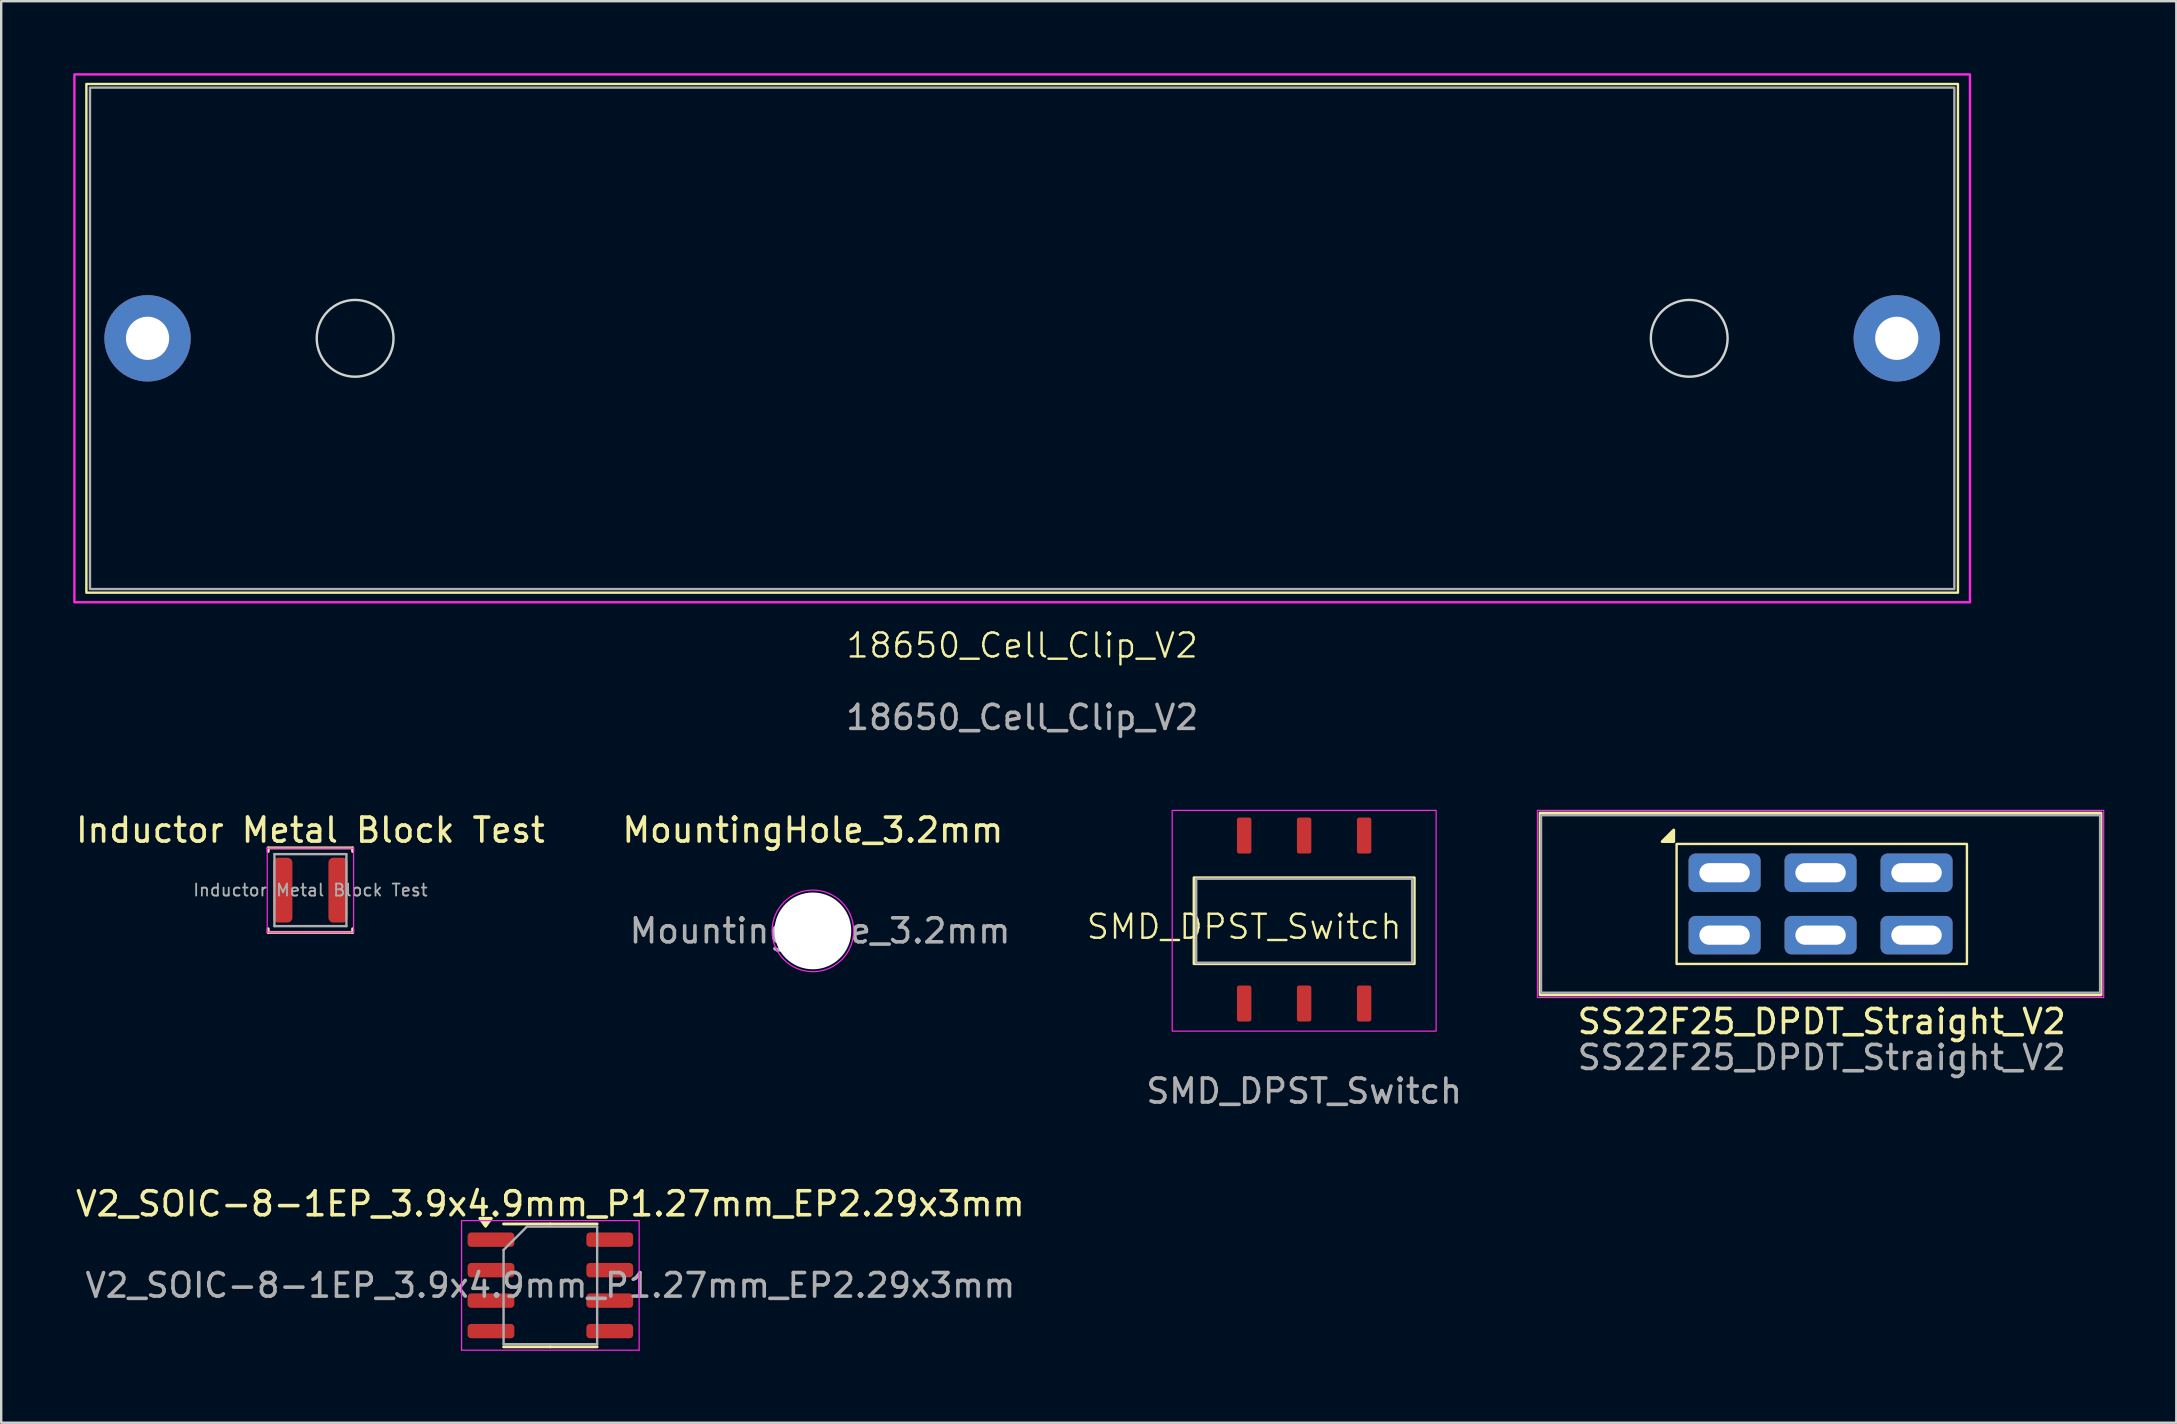
<source format=kicad_pcb>
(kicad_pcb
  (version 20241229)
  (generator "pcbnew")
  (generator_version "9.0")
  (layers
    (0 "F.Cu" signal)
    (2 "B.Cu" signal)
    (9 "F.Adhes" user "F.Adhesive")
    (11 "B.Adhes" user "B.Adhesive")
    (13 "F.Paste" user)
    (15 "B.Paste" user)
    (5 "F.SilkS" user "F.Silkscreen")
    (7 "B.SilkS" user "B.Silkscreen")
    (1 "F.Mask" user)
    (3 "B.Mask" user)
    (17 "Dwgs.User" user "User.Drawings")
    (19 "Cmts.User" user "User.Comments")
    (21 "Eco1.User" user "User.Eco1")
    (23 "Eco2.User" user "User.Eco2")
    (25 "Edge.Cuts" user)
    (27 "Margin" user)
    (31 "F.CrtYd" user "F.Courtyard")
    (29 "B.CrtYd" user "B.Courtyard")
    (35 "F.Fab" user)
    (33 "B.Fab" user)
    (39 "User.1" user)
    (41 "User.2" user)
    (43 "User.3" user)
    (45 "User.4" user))
  (footprint "Inductor Metal Block Test"
    (layer "F.Cu")
    (at 9.887 34.047)
    (property "Reference" "Inductor Metal Block Test" (at 0 -2.5 0) (layer "F.SilkS") (effects (font (size 1 1) (thickness 0.15))))
    (attr smd)
    (fp_line (start -1.76 -1.76) (end -1.76 -1.61) (stroke (width 0.12) (type solid)) (layer "F.SilkS"))
    (fp_line (start -1.76 -1.76) (end 1.76 -1.76) (stroke (width 0.12) (type solid)) (layer "F.SilkS"))
    (fp_line (start -1.76 1.76) (end -1.76 1.61) (stroke (width 0.12) (type solid)) (layer "F.SilkS"))
    (fp_line (start -1.76 1.76) (end 1.76 1.76) (stroke (width 0.12) (type solid)) (layer "F.SilkS"))
    (fp_line (start 1.76 -1.76) (end 1.76 -1.61) (stroke (width 0.12) (type solid)) (layer "F.SilkS"))
    (fp_line (start 1.76 1.76) (end 1.76 1.61) (stroke (width 0.12) (type solid)) (layer "F.SilkS"))
    (fp_line (start -1.8 -1.75) (end -1.8 1.75) (stroke (width 0.05) (type solid)) (layer "F.CrtYd"))
    (fp_line (start -1.8 1.75) (end 1.8 1.75) (stroke (width 0.05) (type solid)) (layer "F.CrtYd"))
    (fp_line (start 1.8 -1.75) (end -1.8 -1.75) (stroke (width 0.05) (type solid)) (layer "F.CrtYd"))
    (fp_line (start 1.8 1.75) (end 1.8 -1.75) (stroke (width 0.05) (type solid)) (layer "F.CrtYd"))
    (fp_line (start -1.5 -1.5) (end -1.5 1.5) (stroke (width 0.1) (type solid)) (layer "F.Fab"))
    (fp_line (start -1.5 1.5) (end 1.5 1.5) (stroke (width 0.1) (type solid)) (layer "F.Fab"))
    (fp_line (start 1.5 -1.5) (end -1.5 -1.5) (stroke (width 0.1) (type solid)) (layer "F.Fab"))
    (fp_line (start 1.5 1.5) (end 1.5 -1.5) (stroke (width 0.1) (type solid)) (layer "F.Fab"))
    (fp_text user "${REFERENCE}" (at 0 0 0) (layer "F.Fab") (effects (font (size 0.5 0.5) (thickness 0.075))))
    (pad "1" smd roundrect (at -1.15 0) (size 0.8 2.7) (layers "F.Cu" "F.Mask" "F.Paste") (roundrect_rratio 0.25))
    (pad "2" smd roundrect (at 1.15 0) (size 0.8 2.7) (layers "F.Cu" "F.Mask" "F.Paste") (roundrect_rratio 0.25)))
  (footprint "V2_SOIC-8-1EP_3.9x4.9mm_P1.27mm_EP2.29x3mm"
    (layer "F.Cu")
    (at 19.887 50.52)
    (property "Reference" "V2_SOIC-8-1EP_3.9x4.9mm_P1.27mm_EP2.29x3mm" (at 0 -3.4 0) (layer "F.SilkS") (effects (font (size 1 1) (thickness 0.15))))
    (attr smd)
    (fp_line (start 0 -2.56) (end -1.95 -2.56) (stroke (width 0.12) (type solid)) (layer "F.SilkS"))
    (fp_line (start 0 -2.56) (end 1.95 -2.56) (stroke (width 0.12) (type solid)) (layer "F.SilkS"))
    (fp_line (start 0 2.56) (end -1.95 2.56) (stroke (width 0.12) (type solid)) (layer "F.SilkS"))
    (fp_line (start 0 2.56) (end 1.95 2.56) (stroke (width 0.12) (type solid)) (layer "F.SilkS"))
    (fp_poly (pts (xy -2.7 -2.465) (xy -2.94 -2.795) (xy -2.46 -2.795) (xy -2.7 -2.465)) (stroke (width 0.12) (type solid)) (fill yes) (layer "F.SilkS"))
    (fp_line (start -3.7 -2.7) (end -3.7 2.7) (stroke (width 0.05) (type solid)) (layer "F.CrtYd"))
    (fp_line (start -3.7 2.7) (end 3.7 2.7) (stroke (width 0.05) (type solid)) (layer "F.CrtYd"))
    (fp_line (start 3.7 -2.7) (end -3.7 -2.7) (stroke (width 0.05) (type solid)) (layer "F.CrtYd"))
    (fp_line (start 3.7 2.7) (end 3.7 -2.7) (stroke (width 0.05) (type solid)) (layer "F.CrtYd"))
    (fp_line (start -1.95 -1.475) (end -0.975 -2.45) (stroke (width 0.1) (type solid)) (layer "F.Fab"))
    (fp_line (start -1.95 2.45) (end -1.95 -1.475) (stroke (width 0.1) (type solid)) (layer "F.Fab"))
    (fp_line (start -0.975 -2.45) (end 1.95 -2.45) (stroke (width 0.1) (type solid)) (layer "F.Fab"))
    (fp_line (start 1.95 -2.45) (end 1.95 2.45) (stroke (width 0.1) (type solid)) (layer "F.Fab"))
    (fp_line (start 1.95 2.45) (end -1.95 2.45) (stroke (width 0.1) (type solid)) (layer "F.Fab"))
    (fp_text user "${REFERENCE}" (at 0 0 0) (layer "F.Fab") (effects (font (size 0.98 0.98) (thickness 0.15))))
    (pad "1" smd roundrect (at -2.475 -1.905) (size 1.95 0.6) (layers "F.Cu" "F.Mask" "F.Paste") (roundrect_rratio 0.25))
    (pad "2" smd roundrect (at -2.475 -0.635) (size 1.95 0.6) (layers "F.Cu" "F.Mask" "F.Paste") (roundrect_rratio 0.25))
    (pad "3" smd roundrect (at -2.475 0.635) (size 1.95 0.6) (layers "F.Cu" "F.Mask" "F.Paste") (roundrect_rratio 0.25))
    (pad "4" smd roundrect (at -2.475 1.905) (size 1.95 0.6) (layers "F.Cu" "F.Mask" "F.Paste") (roundrect_rratio 0.25))
    (pad "5" smd roundrect (at 2.475 1.905) (size 1.95 0.6) (layers "F.Cu" "F.Mask" "F.Paste") (roundrect_rratio 0.25))
    (pad "6" smd roundrect (at 2.475 0.635) (size 1.95 0.6) (layers "F.Cu" "F.Mask" "F.Paste") (roundrect_rratio 0.25))
    (pad "7" smd roundrect (at 2.475 -0.635) (size 1.95 0.6) (layers "F.Cu" "F.Mask" "F.Paste") (roundrect_rratio 0.25))
    (pad "8" smd roundrect (at 2.475 -1.905) (size 1.95 0.6) (layers "F.Cu" "F.Mask" "F.Paste") (roundrect_rratio 0.25)))
  (footprint "SMD_DPST_Switch"
    (layer "F.Cu")
    (at 51.302 35.323)
    (property "Reference" "SMD_DPST_Switch" (at -2.5 0.25 0) (unlocked yes) (layer "F.SilkS") (effects (font (size 1 1) (thickness 0.1))))
    (attr smd)
    (fp_rect (start -4.6 -1.8) (end 4.6 1.8) (stroke (width 0.1) (type default)) (fill no) (layer "F.SilkS"))
    (fp_rect (start -5.5 -4.6) (end 5.5 4.6) (stroke (width 0.05) (type solid)) (fill no) (layer "F.CrtYd"))
    (fp_rect (start -4.5 -1.75) (end 4.5 1.75) (stroke (width 0.1) (type solid)) (fill no) (layer "F.Fab"))
    (fp_text user "${REFERENCE}" (at 0 7.1 0) (unlocked yes) (layer "F.Fab") (effects (font (size 1 1) (thickness 0.15))))
    (pad "1" smd roundrect (at -2.5 3.45 90) (size 1.5 0.6) (layers "F.Cu" "F.Mask" "F.Paste") (roundrect_rratio 0.15))
    (pad "2" smd roundrect (at 0 3.45 90) (size 1.5 0.6) (layers "F.Cu" "F.Mask" "F.Paste") (roundrect_rratio 0.15))
    (pad "3" smd roundrect (at 2.5 3.45 90) (size 1.5 0.6) (layers "F.Cu" "F.Mask" "F.Paste") (roundrect_rratio 0.15))
    (pad "4" smd roundrect (at -2.5 -3.55 90) (size 1.5 0.6) (layers "F.Cu" "F.Mask" "F.Paste") (roundrect_rratio 0.15))
    (pad "5" smd roundrect (at 0 -3.55 90) (size 1.5 0.6) (layers "F.Cu" "F.Mask" "F.Paste") (roundrect_rratio 0.15))
    (pad "6" smd roundrect (at 2.5 -3.55 90) (size 1.5 0.6) (layers "F.Cu" "F.Mask" "F.Paste") (roundrect_rratio 0.15)))
  (footprint "MountingHole_3.2mm"
    (layer "F.Cu")
    (at 30.827 35.746)
    (property "Reference" "MountingHole_3.2mm" (at 0 -4.2 0) (layer "F.SilkS") (effects (font (size 1 1) (thickness 0.15))))
    (attr exclude_from_pos_files exclude_from_bom)
    (fp_circle (center 0 0) (end 1.7 0) (stroke (width 0.05) (type solid)) (fill no) (layer "F.CrtYd"))
    (fp_text user "${REFERENCE}" (at 0.3 0 0) (layer "F.Fab") (effects (font (size 1 1) (thickness 0.15))))
    (pad "" np_thru_hole circle (at 0 0) (size 3.2 3.2) (drill 3.2) (layers "*.Cu" "*.Mask")))
  (footprint "SS22F25_DPDT_Straight_V2"
    (layer "F.Cu")
    (at 72.874 34.623)
    (property "Reference" "SS22F25_DPDT_Straight_V2" (at 0 4.9 0) (layer "F.SilkS") (effects (font (size 1 1) (thickness 0.15))))
    (attr through_hole)
    (fp_rect (start -11.75 -3.8) (end 11.65 3.8) (stroke (width 0.1) (type default)) (fill no) (layer "F.SilkS"))
    (fp_rect (start -6.05 -2.5) (end 6.05 2.5) (stroke (width 0.1) (type default)) (fill no) (layer "F.SilkS"))
    (fp_poly (pts (xy -6.17 -2.6) (xy -6.65 -2.6) (xy -6.17 -3.08) (xy -6.17 -2.6)) (stroke (width 0.12) (type solid)) (fill yes) (layer "F.SilkS"))
    (fp_rect (start -11.85 -3.9) (end 11.75 3.9) (stroke (width 0.05) (type default)) (fill no) (layer "F.CrtYd"))
    (fp_rect (start -11.7 -3.7) (end 11.6 3.7) (stroke (width 0.1) (type solid)) (fill no) (layer "F.Fab"))
    (fp_text user "${REFERENCE}" (at 0 6.4 0) (layer "F.Fab") (effects (font (size 1 1) (thickness 0.15))))
    (pad "1" thru_hole roundrect (at -4.05 -1.3) (size 3 1.6) (drill oval 2.1 0.8) (layers "*.Cu" "*.Mask") (roundrect_rratio 0.179))
    (pad "2" thru_hole roundrect (at -0.05 -1.3) (size 3 1.6) (drill oval 2.1 0.8) (layers "*.Cu" "*.Mask") (roundrect_rratio 0.179))
    (pad "3" thru_hole roundrect (at 3.95 -1.3) (size 3 1.6) (drill oval 2.1 0.8) (layers "*.Cu" "*.Mask") (roundrect_rratio 0.179))
    (pad "4" thru_hole roundrect (at -4.05 1.3) (size 3 1.6) (drill oval 2.1 0.8) (layers "*.Cu" "*.Mask") (roundrect_rratio 0.179))
    (pad "5" thru_hole roundrect (at -0.05 1.3) (size 3 1.6) (drill oval 2.1 0.8) (layers "*.Cu" "*.Mask") (roundrect_rratio 0.179))
    (pad "6" thru_hole roundrect (at 3.95 1.3) (size 3 1.6) (drill oval 2.1 0.8) (layers "*.Cu" "*.Mask") (roundrect_rratio 0.179)))
  (footprint "18650_Cell_Clip_V2"
    (layer "F.Cu")
    (at 39.55 11.05)
    (property "Reference" "18650_Cell_Clip_V2" (at 0 12.8 0) (unlocked yes) (layer "F.SilkS") (effects (font (size 1 1) (thickness 0.1))))
    (attr through_hole)
    (fp_rect (start -39 -10.6) (end 39 10.6) (stroke (width 0.1) (type solid)) (fill no) (layer "F.SilkS"))
    (fp_circle (center -27.8 0) (end -26.2 0) (stroke (width 0.1) (type solid)) (fill no) (layer "Edge.Cuts"))
    (fp_circle (center 27.8 0) (end 29.4 0) (stroke (width 0.1) (type solid)) (fill no) (layer "Edge.Cuts"))
    (fp_rect (start -39.5 -11) (end 39.5 11) (stroke (width 0.1) (type solid)) (fill no) (layer "F.CrtYd"))
    (fp_rect (start -38.85 -10.45) (end 38.85 10.45) (stroke (width 0.1) (type solid)) (fill no) (layer "F.Fab"))
    (fp_text user "${REFERENCE}" (at 0 15.8 0) (unlocked yes) (layer "F.Fab") (effects (font (size 1 1) (thickness 0.15))))
    (pad "1" thru_hole circle (at 36.45 0) (size 3.6 3.6) (drill 1.8) (layers "*.Cu" "*.Mask"))
    (pad "2" thru_hole circle (at -36.45 0) (size 3.6 3.6) (drill 1.8) (layers "*.Cu" "*.Mask")))
  (gr_rect
    (start -3 -3)
    (end 87.649 56.245)
    (stroke (width 0.1) (type default))
    (fill no)
    (layer "Edge.Cuts")))
</source>
